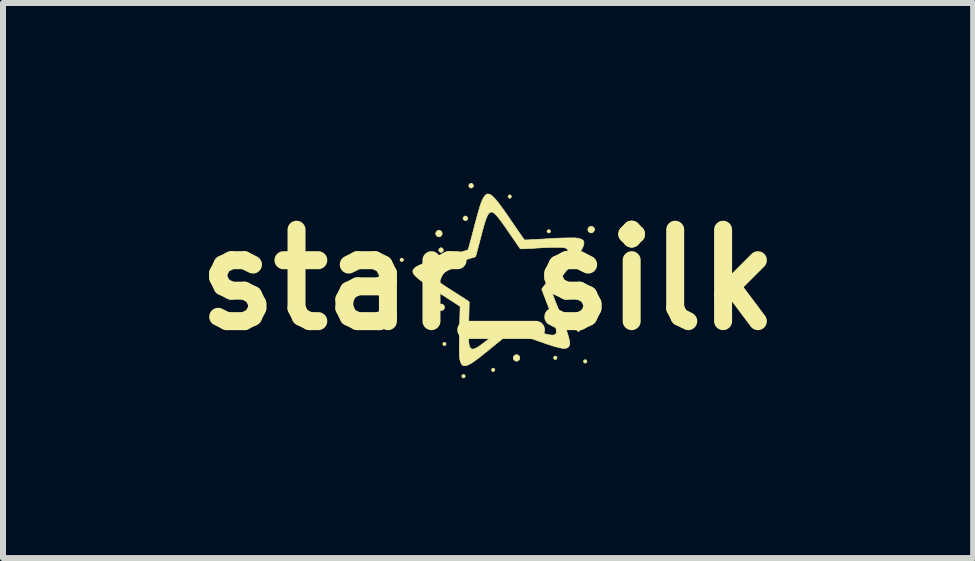
<source format=kicad_pcb>
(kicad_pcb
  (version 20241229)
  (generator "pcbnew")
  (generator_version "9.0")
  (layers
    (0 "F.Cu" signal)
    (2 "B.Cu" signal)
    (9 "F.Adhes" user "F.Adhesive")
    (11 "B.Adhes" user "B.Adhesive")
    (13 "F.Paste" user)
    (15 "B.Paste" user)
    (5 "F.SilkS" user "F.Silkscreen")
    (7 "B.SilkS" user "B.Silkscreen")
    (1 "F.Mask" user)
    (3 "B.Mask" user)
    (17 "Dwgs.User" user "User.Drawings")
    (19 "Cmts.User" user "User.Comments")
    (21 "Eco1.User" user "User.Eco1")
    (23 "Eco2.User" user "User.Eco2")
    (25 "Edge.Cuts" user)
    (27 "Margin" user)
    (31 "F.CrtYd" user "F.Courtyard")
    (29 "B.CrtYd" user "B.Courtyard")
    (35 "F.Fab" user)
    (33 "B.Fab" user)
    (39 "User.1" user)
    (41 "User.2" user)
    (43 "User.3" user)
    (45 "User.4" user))
  (footprint "star_silk"
    (layer "F.Cu")
    (at 5.087 1.615)
    (property "Reference" "star_silk" (at 0 0 0) (layer "F.SilkS") (effects (font (size 1.524 1.524) (thickness 0.3))))
    (attr through_hole)
    (fp_poly (pts (xy -0.394 1.584) (xy -0.384 1.593) (xy -0.38 1.605) (xy -0.384 1.619) (xy -0.39 1.627) (xy -0.404 1.636) (xy -0.417 1.635) (xy -0.429 1.626) (xy -0.437 1.612) (xy -0.438 1.599) (xy -0.431 1.588) (xy -0.418 1.581) (xy -0.409 1.58) (xy -0.394 1.584)) (stroke (width 0.01) (type solid)) (fill yes) (layer "F.SilkS"))
    (fp_poly (pts (xy 0.369 -1.415) (xy 0.378 -1.41) (xy 0.387 -1.4) (xy 0.389 -1.386) (xy 0.385 -1.373) (xy 0.377 -1.365) (xy 0.364 -1.359) (xy 0.354 -1.36) (xy 0.344 -1.367) (xy 0.335 -1.381) (xy 0.335 -1.395) (xy 0.343 -1.408) (xy 0.356 -1.416) (xy 0.369 -1.415)) (stroke (width 0.01) (type solid)) (fill yes) (layer "F.SilkS"))
    (fp_poly (pts (xy 1.129 1.273) (xy 1.141 1.28) (xy 1.148 1.293) (xy 1.148 1.307) (xy 1.142 1.319) (xy 1.132 1.327) (xy 1.119 1.329) (xy 1.111 1.327) (xy 1.099 1.318) (xy 1.094 1.305) (xy 1.095 1.291) (xy 1.102 1.28) (xy 1.115 1.272) (xy 1.129 1.273)) (stroke (width 0.01) (type solid)) (fill yes) (layer "F.SilkS"))
    (fp_poly (pts (xy -0.714 1.046) (xy -0.704 1.056) (xy -0.7 1.068) (xy -0.702 1.081) (xy -0.708 1.09) (xy -0.721 1.096) (xy -0.735 1.096) (xy -0.747 1.09) (xy -0.747 1.09) (xy -0.753 1.08) (xy -0.754 1.07) (xy -0.751 1.055) (xy -0.74 1.045) (xy -0.727 1.043) (xy -0.714 1.046)) (stroke (width 0.01) (type solid)) (fill yes) (layer "F.SilkS"))
    (fp_poly (pts (xy 1.515 0.804) (xy 1.524 0.81) (xy 1.534 0.821) (xy 1.536 0.834) (xy 1.532 0.846) (xy 1.523 0.855) (xy 1.512 0.86) (xy 1.498 0.858) (xy 1.488 0.853) (xy 1.482 0.844) (xy 1.48 0.83) (xy 1.483 0.818) (xy 1.486 0.812) (xy 1.5 0.803) (xy 1.515 0.804)) (stroke (width 0.01) (type solid)) (fill yes) (layer "F.SilkS"))
    (fp_poly (pts (xy 1.629 1.333) (xy 1.641 1.342) (xy 1.641 1.343) (xy 1.649 1.357) (xy 1.649 1.369) (xy 1.64 1.38) (xy 1.639 1.381) (xy 1.624 1.389) (xy 1.611 1.388) (xy 1.6 1.381) (xy 1.592 1.367) (xy 1.593 1.353) (xy 1.601 1.34) (xy 1.615 1.332) (xy 1.629 1.333)) (stroke (width 0.01) (type solid)) (fill yes) (layer "F.SilkS"))
    (fp_poly (pts (xy 1.641 -0.286) (xy 1.651 -0.279) (xy 1.658 -0.266) (xy 1.659 -0.252) (xy 1.654 -0.24) (xy 1.643 -0.231) (xy 1.632 -0.229) (xy 1.623 -0.231) (xy 1.615 -0.236) (xy 1.607 -0.246) (xy 1.605 -0.26) (xy 1.611 -0.274) (xy 1.615 -0.279) (xy 1.628 -0.287) (xy 1.641 -0.286)) (stroke (width 0.01) (type solid)) (fill yes) (layer "F.SilkS"))
    (fp_poly (pts (xy 0.097 1.476) (xy 0.108 1.486) (xy 0.114 1.498) (xy 0.114 1.502) (xy 0.11 1.513) (xy 0.101 1.524) (xy 0.09 1.531) (xy 0.084 1.532) (xy 0.074 1.529) (xy 0.067 1.523) (xy 0.06 1.51) (xy 0.06 1.496) (xy 0.066 1.483) (xy 0.076 1.475) (xy 0.086 1.472) (xy 0.097 1.476)) (stroke (width 0.01) (type solid)) (fill yes) (layer "F.SilkS"))
    (fp_poly (pts (xy 1.024 -0.833) (xy 1.035 -0.824) (xy 1.041 -0.812) (xy 1.043 -0.806) (xy 1.038 -0.794) (xy 1.028 -0.785) (xy 1.015 -0.781) (xy 1.003 -0.782) (xy 0.991 -0.791) (xy 0.984 -0.804) (xy 0.983 -0.811) (xy 0.987 -0.82) (xy 0.996 -0.83) (xy 1.007 -0.836) (xy 1.013 -0.837) (xy 1.024 -0.833)) (stroke (width 0.01) (type solid)) (fill yes) (layer "F.SilkS"))
    (fp_poly (pts (xy 1.651 0.182) (xy 1.652 0.183) (xy 1.662 0.196) (xy 1.664 0.21) (xy 1.656 0.223) (xy 1.655 0.224) (xy 1.642 0.232) (xy 1.628 0.231) (xy 1.615 0.222) (xy 1.614 0.221) (xy 1.608 0.207) (xy 1.61 0.194) (xy 1.62 0.182) (xy 1.631 0.175) (xy 1.64 0.175) (xy 1.651 0.182)) (stroke (width 0.01) (type solid)) (fill yes) (layer "F.SilkS"))
    (fp_poly (pts (xy -1.731 -0.092) (xy -1.72 -0.084) (xy -1.714 -0.075) (xy -1.711 -0.066) (xy -1.714 -0.057) (xy -1.718 -0.051) (xy -1.73 -0.04) (xy -1.744 -0.038) (xy -1.757 -0.043) (xy -1.76 -0.047) (xy -1.768 -0.06) (xy -1.767 -0.074) (xy -1.757 -0.087) (xy -1.755 -0.088) (xy -1.745 -0.094) (xy -1.736 -0.094) (xy -1.731 -0.092)) (stroke (width 0.01) (type solid)) (fill yes) (layer "F.SilkS"))
    (fp_poly (pts (xy -0.357 -1.057) (xy -0.352 -1.052) (xy -0.341 -1.036) (xy -0.339 -1.019) (xy -0.346 -1.002) (xy -0.348 -1) (xy -0.361 -0.99) (xy -0.377 -0.987) (xy -0.393 -0.991) (xy -0.405 -0.999) (xy -0.415 -1.014) (xy -0.416 -1.03) (xy -0.408 -1.046) (xy -0.402 -1.052) (xy -0.386 -1.063) (xy -0.372 -1.064) (xy -0.357 -1.057)) (stroke (width 0.01) (type solid)) (fill yes) (layer "F.SilkS"))
    (fp_poly (pts (xy -0.767 -0.53) (xy -0.753 -0.519) (xy -0.746 -0.504) (xy -0.745 -0.493) (xy -0.749 -0.477) (xy -0.759 -0.465) (xy -0.774 -0.457) (xy -0.789 -0.457) (xy -0.796 -0.459) (xy -0.81 -0.468) (xy -0.819 -0.479) (xy -0.822 -0.491) (xy -0.822 -0.503) (xy -0.818 -0.512) (xy -0.81 -0.521) (xy -0.795 -0.532) (xy -0.781 -0.534) (xy -0.767 -0.53)) (stroke (width 0.01) (type solid)) (fill yes) (layer "F.SilkS"))
    (fp_poly (pts (xy -1.426 -0.357) (xy -1.415 -0.348) (xy -1.409 -0.337) (xy -1.408 -0.333) (xy -1.412 -0.323) (xy -1.42 -0.313) (xy -1.43 -0.305) (xy -1.438 -0.302) (xy -1.446 -0.305) (xy -1.456 -0.312) (xy -1.457 -0.313) (xy -1.464 -0.323) (xy -1.468 -0.333) (xy -1.468 -0.334) (xy -1.464 -0.346) (xy -1.454 -0.356) (xy -1.441 -0.361) (xy -1.438 -0.361) (xy -1.426 -0.357)) (stroke (width 0.01) (type solid)) (fill yes) (layer "F.SilkS"))
    (fp_poly (pts (xy -0.801 -0.823) (xy -0.784 -0.812) (xy -0.772 -0.797) (xy -0.764 -0.779) (xy -0.764 -0.77) (xy -0.768 -0.752) (xy -0.779 -0.735) (xy -0.794 -0.723) (xy -0.812 -0.716) (xy -0.83 -0.717) (xy -0.849 -0.726) (xy -0.863 -0.741) (xy -0.872 -0.76) (xy -0.873 -0.771) (xy -0.869 -0.789) (xy -0.859 -0.806) (xy -0.843 -0.819) (xy -0.826 -0.827) (xy -0.818 -0.828) (xy -0.801 -0.823)) (stroke (width 0.01) (type solid)) (fill yes) (layer "F.SilkS"))
    (fp_poly (pts (xy -0.752 0.412) (xy -0.737 0.427) (xy -0.732 0.436) (xy -0.726 0.45) (xy -0.725 0.461) (xy -0.727 0.472) (xy -0.737 0.491) (xy -0.752 0.504) (xy -0.77 0.511) (xy -0.79 0.511) (xy -0.809 0.503) (xy -0.813 0.5) (xy -0.827 0.484) (xy -0.833 0.465) (xy -0.832 0.445) (xy -0.824 0.427) (xy -0.81 0.413) (xy -0.79 0.404) (xy -0.77 0.404) (xy -0.752 0.412)) (stroke (width 0.01) (type solid)) (fill yes) (layer "F.SilkS"))
    (fp_poly (pts (xy 0.486 1.25) (xy 0.503 1.256) (xy 0.519 1.27) (xy 0.523 1.276) (xy 0.53 1.296) (xy 0.528 1.316) (xy 0.519 1.334) (xy 0.503 1.348) (xy 0.485 1.356) (xy 0.468 1.357) (xy 0.448 1.349) (xy 0.447 1.348) (xy 0.431 1.334) (xy 0.422 1.317) (xy 0.421 1.303) (xy 0.424 1.282) (xy 0.435 1.266) (xy 0.45 1.255) (xy 0.467 1.249) (xy 0.486 1.25)) (stroke (width 0.01) (type solid)) (fill yes) (layer "F.SilkS"))
    (fp_poly (pts (xy -0.268 -1.606) (xy -0.256 -1.596) (xy -0.247 -1.583) (xy -0.242 -1.571) (xy -0.242 -1.568) (xy -0.245 -1.558) (xy -0.252 -1.547) (xy -0.261 -1.537) (xy -0.269 -1.532) (xy -0.27 -1.532) (xy -0.277 -1.53) (xy -0.28 -1.53) (xy -0.288 -1.53) (xy -0.297 -1.533) (xy -0.311 -1.544) (xy -0.319 -1.559) (xy -0.321 -1.575) (xy -0.32 -1.58) (xy -0.311 -1.594) (xy -0.297 -1.605) (xy -0.281 -1.609) (xy -0.279 -1.61) (xy -0.268 -1.606)) (stroke (width 0.01) (type solid)) (fill yes) (layer "F.SilkS"))
    (fp_poly (pts (xy 1.736 -0.889) (xy 1.752 -0.881) (xy 1.767 -0.865) (xy 1.771 -0.86) (xy 1.778 -0.844) (xy 1.777 -0.829) (xy 1.768 -0.813) (xy 1.759 -0.802) (xy 1.746 -0.79) (xy 1.736 -0.784) (xy 1.726 -0.782) (xy 1.721 -0.782) (xy 1.706 -0.784) (xy 1.692 -0.789) (xy 1.691 -0.79) (xy 1.675 -0.804) (xy 1.666 -0.824) (xy 1.664 -0.839) (xy 1.668 -0.856) (xy 1.679 -0.872) (xy 1.694 -0.885) (xy 1.711 -0.891) (xy 1.717 -0.892) (xy 1.736 -0.889)) (stroke (width 0.01) (type solid)) (fill yes) (layer "F.SilkS"))
    (fp_poly (pts (xy 0.014 -1.429) (xy 0.03 -1.424) (xy 0.047 -1.415) (xy 0.066 -1.401) (xy 0.086 -1.383) (xy 0.109 -1.36) (xy 0.134 -1.331) (xy 0.162 -1.297) (xy 0.194 -1.256) (xy 0.228 -1.209) (xy 0.267 -1.156) (xy 0.31 -1.095) (xy 0.348 -1.039) (xy 0.366 -1.012) (xy 0.385 -0.984) (xy 0.404 -0.957) (xy 0.42 -0.934) (xy 0.428 -0.922) (xy 0.444 -0.899) (xy 0.462 -0.872) (xy 0.481 -0.845) (xy 0.496 -0.823) (xy 0.523 -0.784) (xy 0.546 -0.75) (xy 0.567 -0.721) (xy 0.584 -0.697) (xy 0.596 -0.68) (xy 0.605 -0.669) (xy 0.608 -0.665) (xy 0.614 -0.665) (xy 0.627 -0.665) (xy 0.647 -0.665) (xy 0.671 -0.666) (xy 0.699 -0.667) (xy 0.703 -0.668) (xy 0.738 -0.67) (xy 0.777 -0.672) (xy 0.816 -0.674) (xy 0.851 -0.676) (xy 0.871 -0.677) (xy 0.899 -0.678) (xy 0.934 -0.68) (xy 0.972 -0.683) (xy 1.012 -0.685) (xy 1.05 -0.688) (xy 1.063 -0.688) (xy 1.1 -0.691) (xy 1.143 -0.693) (xy 1.19 -0.695) (xy 1.238 -0.696) (xy 1.283 -0.697) (xy 1.315 -0.698) (xy 1.357 -0.699) (xy 1.39 -0.699) (xy 1.417 -0.699) (xy 1.439 -0.699) (xy 1.457 -0.698) (xy 1.472 -0.696) (xy 1.486 -0.695) (xy 1.496 -0.693) (xy 1.532 -0.684) (xy 1.56 -0.674) (xy 1.581 -0.661) (xy 1.593 -0.644) (xy 1.599 -0.624) (xy 1.598 -0.6) (xy 1.596 -0.586) (xy 1.59 -0.567) (xy 1.581 -0.545) (xy 1.568 -0.519) (xy 1.551 -0.489) (xy 1.529 -0.455) (xy 1.503 -0.416) (xy 1.472 -0.372) (xy 1.436 -0.322) (xy 1.394 -0.266) (xy 1.346 -0.204) (xy 1.342 -0.199) (xy 1.332 -0.185) (xy 1.318 -0.167) (xy 1.302 -0.147) (xy 1.289 -0.13) (xy 1.262 -0.094) (xy 1.236 -0.06) (xy 1.212 -0.03) (xy 1.198 -0.011) (xy 1.19 -0.001) (xy 1.179 0.014) (xy 1.166 0.031) (xy 1.16 0.038) (xy 1.148 0.054) (xy 1.137 0.068) (xy 1.13 0.078) (xy 1.127 0.081) (xy 1.122 0.088) (xy 1.113 0.1) (xy 1.1 0.116) (xy 1.088 0.132) (xy 1.072 0.155) (xy 1.062 0.172) (xy 1.057 0.185) (xy 1.057 0.195) (xy 1.06 0.199) (xy 1.064 0.206) (xy 1.068 0.218) (xy 1.07 0.222) (xy 1.075 0.237) (xy 1.081 0.252) (xy 1.081 0.254) (xy 1.09 0.275) (xy 1.101 0.304) (xy 1.111 0.332) (xy 1.118 0.349) (xy 1.124 0.364) (xy 1.127 0.373) (xy 1.132 0.386) (xy 1.139 0.402) (xy 1.141 0.407) (xy 1.147 0.423) (xy 1.153 0.437) (xy 1.154 0.441) (xy 1.16 0.456) (xy 1.166 0.471) (xy 1.166 0.471) (xy 1.171 0.484) (xy 1.175 0.495) (xy 1.176 0.496) (xy 1.178 0.503) (xy 1.184 0.517) (xy 1.192 0.537) (xy 1.201 0.561) (xy 1.211 0.587) (xy 1.212 0.59) (xy 1.223 0.617) (xy 1.233 0.643) (xy 1.241 0.666) (xy 1.248 0.684) (xy 1.253 0.695) (xy 1.253 0.695) (xy 1.273 0.745) (xy 1.292 0.796) (xy 1.309 0.847) (xy 1.325 0.896) (xy 1.339 0.941) (xy 1.349 0.982) (xy 1.357 1.017) (xy 1.359 1.026) (xy 1.362 1.06) (xy 1.358 1.089) (xy 1.347 1.112) (xy 1.33 1.129) (xy 1.322 1.134) (xy 1.303 1.14) (xy 1.279 1.143) (xy 1.252 1.143) (xy 1.225 1.14) (xy 1.217 1.138) (xy 1.201 1.134) (xy 1.18 1.13) (xy 1.166 1.126) (xy 1.149 1.122) (xy 1.133 1.118) (xy 1.125 1.116) (xy 1.114 1.112) (xy 1.099 1.108) (xy 1.086 1.104) (xy 1.069 1.099) (xy 1.048 1.092) (xy 1.024 1.085) (xy 1 1.077) (xy 0.978 1.07) (xy 0.959 1.063) (xy 0.945 1.058) (xy 0.94 1.056) (xy 0.931 1.053) (xy 0.917 1.048) (xy 0.899 1.041) (xy 0.889 1.038) (xy 0.869 1.032) (xy 0.844 1.023) (xy 0.816 1.013) (xy 0.788 1.003) (xy 0.784 1.001) (xy 0.758 0.992) (xy 0.732 0.983) (xy 0.709 0.975) (xy 0.691 0.968) (xy 0.688 0.967) (xy 0.67 0.961) (xy 0.647 0.953) (xy 0.622 0.944) (xy 0.604 0.937) (xy 0.58 0.929) (xy 0.556 0.921) (xy 0.536 0.914) (xy 0.524 0.909) (xy 0.507 0.904) (xy 0.494 0.899) (xy 0.487 0.896) (xy 0.479 0.893) (xy 0.464 0.888) (xy 0.446 0.882) (xy 0.434 0.877) (xy 0.39 0.862) (xy 0.37 0.878) (xy 0.358 0.887) (xy 0.35 0.894) (xy 0.348 0.896) (xy 0.343 0.9) (xy 0.333 0.908) (xy 0.318 0.92) (xy 0.3 0.935) (xy 0.278 0.952) (xy 0.277 0.953) (xy 0.228 0.993) (xy 0.182 1.031) (xy 0.135 1.069) (xy 0.086 1.109) (xy 0.033 1.153) (xy 0.025 1.159) (xy 0.008 1.173) (xy -0.009 1.187) (xy -0.022 1.198) (xy -0.027 1.202) (xy -0.041 1.212) (xy -0.055 1.224) (xy -0.07 1.235) (xy -0.082 1.245) (xy -0.09 1.251) (xy -0.091 1.253) (xy -0.098 1.259) (xy -0.111 1.269) (xy -0.128 1.282) (xy -0.148 1.298) (xy -0.171 1.315) (xy -0.194 1.332) (xy -0.217 1.348) (xy -0.239 1.364) (xy -0.258 1.377) (xy -0.273 1.387) (xy -0.282 1.393) (xy -0.286 1.395) (xy -0.291 1.397) (xy -0.301 1.402) (xy -0.305 1.405) (xy -0.334 1.42) (xy -0.363 1.429) (xy -0.39 1.433) (xy -0.407 1.431) (xy -0.421 1.426) (xy -0.433 1.416) (xy -0.444 1.402) (xy -0.454 1.381) (xy -0.464 1.353) (xy -0.471 1.328) (xy -0.473 1.314) (xy -0.475 1.291) (xy -0.477 1.259) (xy -0.478 1.218) (xy -0.479 1.169) (xy -0.479 1.112) (xy -0.479 1.048) (xy -0.478 0.976) (xy -0.477 0.896) (xy -0.475 0.809) (xy -0.473 0.716) (xy -0.47 0.615) (xy -0.468 0.537) (xy -0.465 0.445) (xy -0.49 0.428) (xy -0.504 0.418) (xy -0.526 0.404) (xy -0.556 0.384) (xy -0.593 0.36) (xy -0.637 0.332) (xy -0.69 0.298) (xy -0.712 0.283) (xy -0.731 0.271) (xy -0.749 0.26) (xy -0.762 0.252) (xy -0.769 0.248) (xy -0.77 0.247) (xy -0.777 0.243) (xy -0.777 0.243) (xy -0.782 0.239) (xy -0.793 0.232) (xy -0.808 0.222) (xy -0.828 0.209) (xy -0.837 0.204) (xy -0.859 0.19) (xy -0.88 0.176) (xy -0.897 0.165) (xy -0.91 0.157) (xy -0.912 0.155) (xy -0.922 0.149) (xy -0.938 0.138) (xy -0.958 0.125) (xy -0.981 0.11) (xy -1.004 0.095) (xy -1.059 0.057) (xy -1.107 0.023) (xy -1.148 -0.007) (xy -1.181 -0.035) (xy -1.208 -0.06) (xy -1.228 -0.082) (xy -1.239 -0.099) (xy -0.946 -0.099) (xy -0.944 -0.089) (xy -0.938 -0.076) (xy -0.933 -0.068) (xy -0.923 -0.054) (xy -0.909 -0.039) (xy -0.891 -0.022) (xy -0.869 -0.003) (xy -0.84 0.019) (xy -0.806 0.045) (xy -0.765 0.074) (xy -0.731 0.097) (xy -0.728 0.099) (xy -0.724 0.101) (xy -0.719 0.105) (xy -0.711 0.11) (xy -0.7 0.117) (xy -0.685 0.127) (xy -0.666 0.139) (xy -0.641 0.155) (xy -0.611 0.174) (xy -0.575 0.197) (xy -0.532 0.225) (xy -0.524 0.229) (xy -0.482 0.257) (xy -0.446 0.28) (xy -0.416 0.299) (xy -0.392 0.314) (xy -0.373 0.327) (xy -0.359 0.336) (xy -0.347 0.344) (xy -0.339 0.35) (xy -0.332 0.354) (xy -0.329 0.356) (xy -0.314 0.367) (xy -0.317 0.519) (xy -0.318 0.563) (xy -0.32 0.612) (xy -0.321 0.662) (xy -0.322 0.711) (xy -0.324 0.757) (xy -0.325 0.796) (xy -0.325 0.797) (xy -0.327 0.865) (xy -0.327 0.927) (xy -0.325 0.982) (xy -0.322 1.03) (xy -0.318 1.069) (xy -0.313 1.094) (xy -0.303 1.122) (xy -0.29 1.142) (xy -0.274 1.153) (xy -0.254 1.156) (xy -0.23 1.151) (xy -0.229 1.151) (xy -0.188 1.133) (xy -0.151 1.11) (xy -0.144 1.105) (xy -0.106 1.077) (xy -0.072 1.052) (xy -0.044 1.031) (xy -0.021 1.014) (xy -0.005 1.001) (xy 0.004 0.993) (xy 0.005 0.992) (xy 0.009 0.988) (xy 0.019 0.981) (xy 0.027 0.974) (xy 0.041 0.963) (xy 0.054 0.953) (xy 0.059 0.948) (xy 0.067 0.942) (xy 0.08 0.931) (xy 0.097 0.917) (xy 0.117 0.901) (xy 0.128 0.892) (xy 0.148 0.875) (xy 0.166 0.861) (xy 0.181 0.848) (xy 0.191 0.84) (xy 0.194 0.838) (xy 0.201 0.832) (xy 0.214 0.822) (xy 0.23 0.809) (xy 0.248 0.794) (xy 0.251 0.791) (xy 0.269 0.777) (xy 0.284 0.764) (xy 0.296 0.755) (xy 0.301 0.75) (xy 0.302 0.75) (xy 0.309 0.743) (xy 0.321 0.734) (xy 0.334 0.724) (xy 0.348 0.713) (xy 0.36 0.705) (xy 0.368 0.7) (xy 0.37 0.7) (xy 0.378 0.702) (xy 0.383 0.704) (xy 0.39 0.707) (xy 0.404 0.712) (xy 0.423 0.719) (xy 0.439 0.724) (xy 0.465 0.733) (xy 0.495 0.743) (xy 0.523 0.753) (xy 0.533 0.757) (xy 0.556 0.765) (xy 0.581 0.774) (xy 0.602 0.781) (xy 0.61 0.784) (xy 0.628 0.79) (xy 0.651 0.798) (xy 0.676 0.807) (xy 0.695 0.814) (xy 0.719 0.822) (xy 0.742 0.831) (xy 0.763 0.838) (xy 0.775 0.842) (xy 0.791 0.847) (xy 0.805 0.852) (xy 0.812 0.855) (xy 0.822 0.859) (xy 0.839 0.865) (xy 0.861 0.872) (xy 0.886 0.88) (xy 0.912 0.889) (xy 0.937 0.896) (xy 0.96 0.903) (xy 0.976 0.908) (xy 1.002 0.914) (xy 1.03 0.918) (xy 1.057 0.921) (xy 1.079 0.922) (xy 1.092 0.921) (xy 1.114 0.914) (xy 1.126 0.905) (xy 1.132 0.898) (xy 1.136 0.89) (xy 1.138 0.879) (xy 1.139 0.862) (xy 1.139 0.86) (xy 1.137 0.838) (xy 1.133 0.812) (xy 1.127 0.782) (xy 1.117 0.747) (xy 1.104 0.706) (xy 1.087 0.658) (xy 1.071 0.615) (xy 1.065 0.597) (xy 1.058 0.579) (xy 1.053 0.567) (xy 1.047 0.554) (xy 1.043 0.543) (xy 1.043 0.542) (xy 1.04 0.534) (xy 1.034 0.52) (xy 1.027 0.501) (xy 1.018 0.479) (xy 1.016 0.473) (xy 0.999 0.43) (xy 0.982 0.387) (xy 0.966 0.345) (xy 0.951 0.305) (xy 0.937 0.268) (xy 0.924 0.235) (xy 0.914 0.207) (xy 0.905 0.184) (xy 0.899 0.168) (xy 0.896 0.158) (xy 0.896 0.157) (xy 0.898 0.153) (xy 0.902 0.146) (xy 0.91 0.135) (xy 0.921 0.119) (xy 0.937 0.098) (xy 0.957 0.071) (xy 0.982 0.039) (xy 1.011 0.000245) (xy 1.038 -0.034) (xy 1.086 -0.096) (xy 1.128 -0.152) (xy 1.166 -0.201) (xy 1.198 -0.245) (xy 1.226 -0.283) (xy 1.25 -0.316) (xy 1.271 -0.346) (xy 1.287 -0.371) (xy 1.301 -0.393) (xy 1.311 -0.412) (xy 1.319 -0.429) (xy 1.324 -0.444) (xy 1.328 -0.457) (xy 1.33 -0.47) (xy 1.331 -0.481) (xy 1.33 -0.495) (xy 1.326 -0.505) (xy 1.316 -0.514) (xy 1.314 -0.516) (xy 1.304 -0.523) (xy 1.293 -0.529) (xy 1.279 -0.533) (xy 1.261 -0.537) (xy 1.239 -0.539) (xy 1.211 -0.541) (xy 1.176 -0.541) (xy 1.134 -0.542) (xy 1.125 -0.541) (xy 1.087 -0.541) (xy 1.046 -0.54) (xy 1.006 -0.539) (xy 0.969 -0.538) (xy 0.936 -0.536) (xy 0.926 -0.536) (xy 0.849 -0.531) (xy 0.78 -0.527) (xy 0.721 -0.523) (xy 0.67 -0.521) (xy 0.627 -0.519) (xy 0.593 -0.517) (xy 0.567 -0.517) (xy 0.549 -0.517) (xy 0.539 -0.518) (xy 0.537 -0.519) (xy 0.532 -0.524) (xy 0.524 -0.536) (xy 0.513 -0.552) (xy 0.499 -0.571) (xy 0.496 -0.576) (xy 0.48 -0.599) (xy 0.462 -0.626) (xy 0.442 -0.655) (xy 0.422 -0.684) (xy 0.413 -0.697) (xy 0.395 -0.723) (xy 0.376 -0.751) (xy 0.358 -0.777) (xy 0.342 -0.8) (xy 0.335 -0.81) (xy 0.295 -0.868) (xy 0.26 -0.918) (xy 0.228 -0.962) (xy 0.201 -0.999) (xy 0.176 -1.03) (xy 0.155 -1.057) (xy 0.135 -1.078) (xy 0.118 -1.096) (xy 0.117 -1.096) (xy 0.099 -1.113) (xy 0.083 -1.123) (xy 0.069 -1.128) (xy 0.052 -1.129) (xy 0.052 -1.129) (xy 0.037 -1.126) (xy 0.022 -1.116) (xy 0.007 -1.098) (xy -0.008 -1.073) (xy -0.023 -1.04) (xy -0.039 -0.999) (xy -0.055 -0.949) (xy -0.072 -0.891) (xy -0.078 -0.871) (xy -0.081 -0.859) (xy -0.085 -0.843) (xy -0.089 -0.83) (xy -0.093 -0.815) (xy -0.099 -0.793) (xy -0.105 -0.769) (xy -0.112 -0.744) (xy -0.112 -0.743) (xy -0.119 -0.718) (xy -0.125 -0.693) (xy -0.131 -0.672) (xy -0.135 -0.657) (xy -0.135 -0.656) (xy -0.138 -0.645) (xy -0.141 -0.633) (xy -0.145 -0.618) (xy -0.15 -0.599) (xy -0.157 -0.575) (xy -0.164 -0.545) (xy -0.174 -0.507) (xy -0.176 -0.502) (xy -0.185 -0.466) (xy -0.192 -0.439) (xy -0.198 -0.418) (xy -0.203 -0.403) (xy -0.207 -0.392) (xy -0.211 -0.386) (xy -0.215 -0.382) (xy -0.22 -0.38) (xy -0.225 -0.378) (xy -0.225 -0.378) (xy -0.235 -0.376) (xy -0.246 -0.373) (xy -0.261 -0.368) (xy -0.28 -0.363) (xy -0.305 -0.355) (xy -0.337 -0.345) (xy -0.345 -0.343) (xy -0.374 -0.334) (xy -0.403 -0.326) (xy -0.429 -0.318) (xy -0.451 -0.311) (xy -0.461 -0.308) (xy -0.495 -0.298) (xy -0.529 -0.288) (xy -0.56 -0.279) (xy -0.586 -0.271) (xy -0.601 -0.267) (xy -0.618 -0.262) (xy -0.633 -0.258) (xy -0.638 -0.256) (xy -0.652 -0.252) (xy -0.668 -0.248) (xy -0.67 -0.247) (xy -0.681 -0.244) (xy -0.698 -0.238) (xy -0.72 -0.231) (xy -0.744 -0.223) (xy -0.757 -0.219) (xy -0.807 -0.201) (xy -0.849 -0.184) (xy -0.883 -0.168) (xy -0.909 -0.153) (xy -0.928 -0.138) (xy -0.94 -0.123) (xy -0.946 -0.108) (xy -0.946 -0.099) (xy -1.239 -0.099) (xy -1.242 -0.103) (xy -1.25 -0.122) (xy -1.253 -0.14) (xy -1.253 -0.141) (xy -1.252 -0.156) (xy -1.247 -0.168) (xy -1.238 -0.18) (xy -1.236 -0.182) (xy -1.226 -0.194) (xy -1.213 -0.205) (xy -1.199 -0.215) (xy -1.181 -0.225) (xy -1.158 -0.237) (xy -1.13 -0.25) (xy -1.094 -0.265) (xy -1.081 -0.27) (xy -1.069 -0.275) (xy -1.049 -0.282) (xy -1.023 -0.291) (xy -0.991 -0.301) (xy -0.957 -0.312) (xy -0.919 -0.323) (xy -0.881 -0.335) (xy -0.843 -0.347) (xy -0.806 -0.358) (xy -0.772 -0.368) (xy -0.757 -0.373) (xy -0.74 -0.377) (xy -0.725 -0.382) (xy -0.718 -0.384) (xy -0.707 -0.387) (xy -0.692 -0.392) (xy -0.679 -0.396) (xy -0.662 -0.4) (xy -0.648 -0.405) (xy -0.64 -0.407) (xy -0.63 -0.41) (xy -0.614 -0.415) (xy -0.601 -0.418) (xy -0.585 -0.423) (xy -0.57 -0.428) (xy -0.562 -0.43) (xy -0.552 -0.433) (xy -0.536 -0.438) (xy -0.524 -0.442) (xy -0.504 -0.447) (xy -0.479 -0.454) (xy -0.449 -0.463) (xy -0.412 -0.475) (xy -0.384 -0.483) (xy -0.366 -0.488) (xy -0.352 -0.493) (xy -0.342 -0.497) (xy -0.335 -0.503) (xy -0.329 -0.513) (xy -0.324 -0.526) (xy -0.319 -0.545) (xy -0.312 -0.571) (xy -0.309 -0.583) (xy -0.303 -0.607) (xy -0.296 -0.632) (xy -0.29 -0.655) (xy -0.289 -0.658) (xy -0.28 -0.69) (xy -0.273 -0.717) (xy -0.267 -0.739) (xy -0.261 -0.762) (xy -0.255 -0.787) (xy -0.247 -0.817) (xy -0.246 -0.818) (xy -0.234 -0.866) (xy -0.224 -0.906) (xy -0.215 -0.94) (xy -0.207 -0.969) (xy -0.2 -0.995) (xy -0.193 -1.02) (xy -0.187 -1.044) (xy -0.181 -1.065) (xy -0.177 -1.082) (xy -0.173 -1.096) (xy -0.171 -1.102) (xy -0.166 -1.12) (xy -0.16 -1.143) (xy -0.151 -1.169) (xy -0.143 -1.198) (xy -0.134 -1.227) (xy -0.125 -1.254) (xy -0.117 -1.278) (xy -0.11 -1.297) (xy -0.106 -1.309) (xy -0.105 -1.31) (xy -0.089 -1.345) (xy -0.074 -1.372) (xy -0.059 -1.394) (xy -0.047 -1.407) (xy -0.034 -1.42) (xy -0.025 -1.427) (xy -0.016 -1.43) (xy -0.005 -1.431) (xy -0.001 -1.431) (xy 0.014 -1.429)) (stroke (width 0.01) (type solid)) (fill yes) (layer "F.SilkS")))
  (gr_rect
    (start -3 -3)
    (end 13.175 6.255)
    (stroke (width 0.1) (type default))
    (fill no)
    (layer "Edge.Cuts")))
</source>
